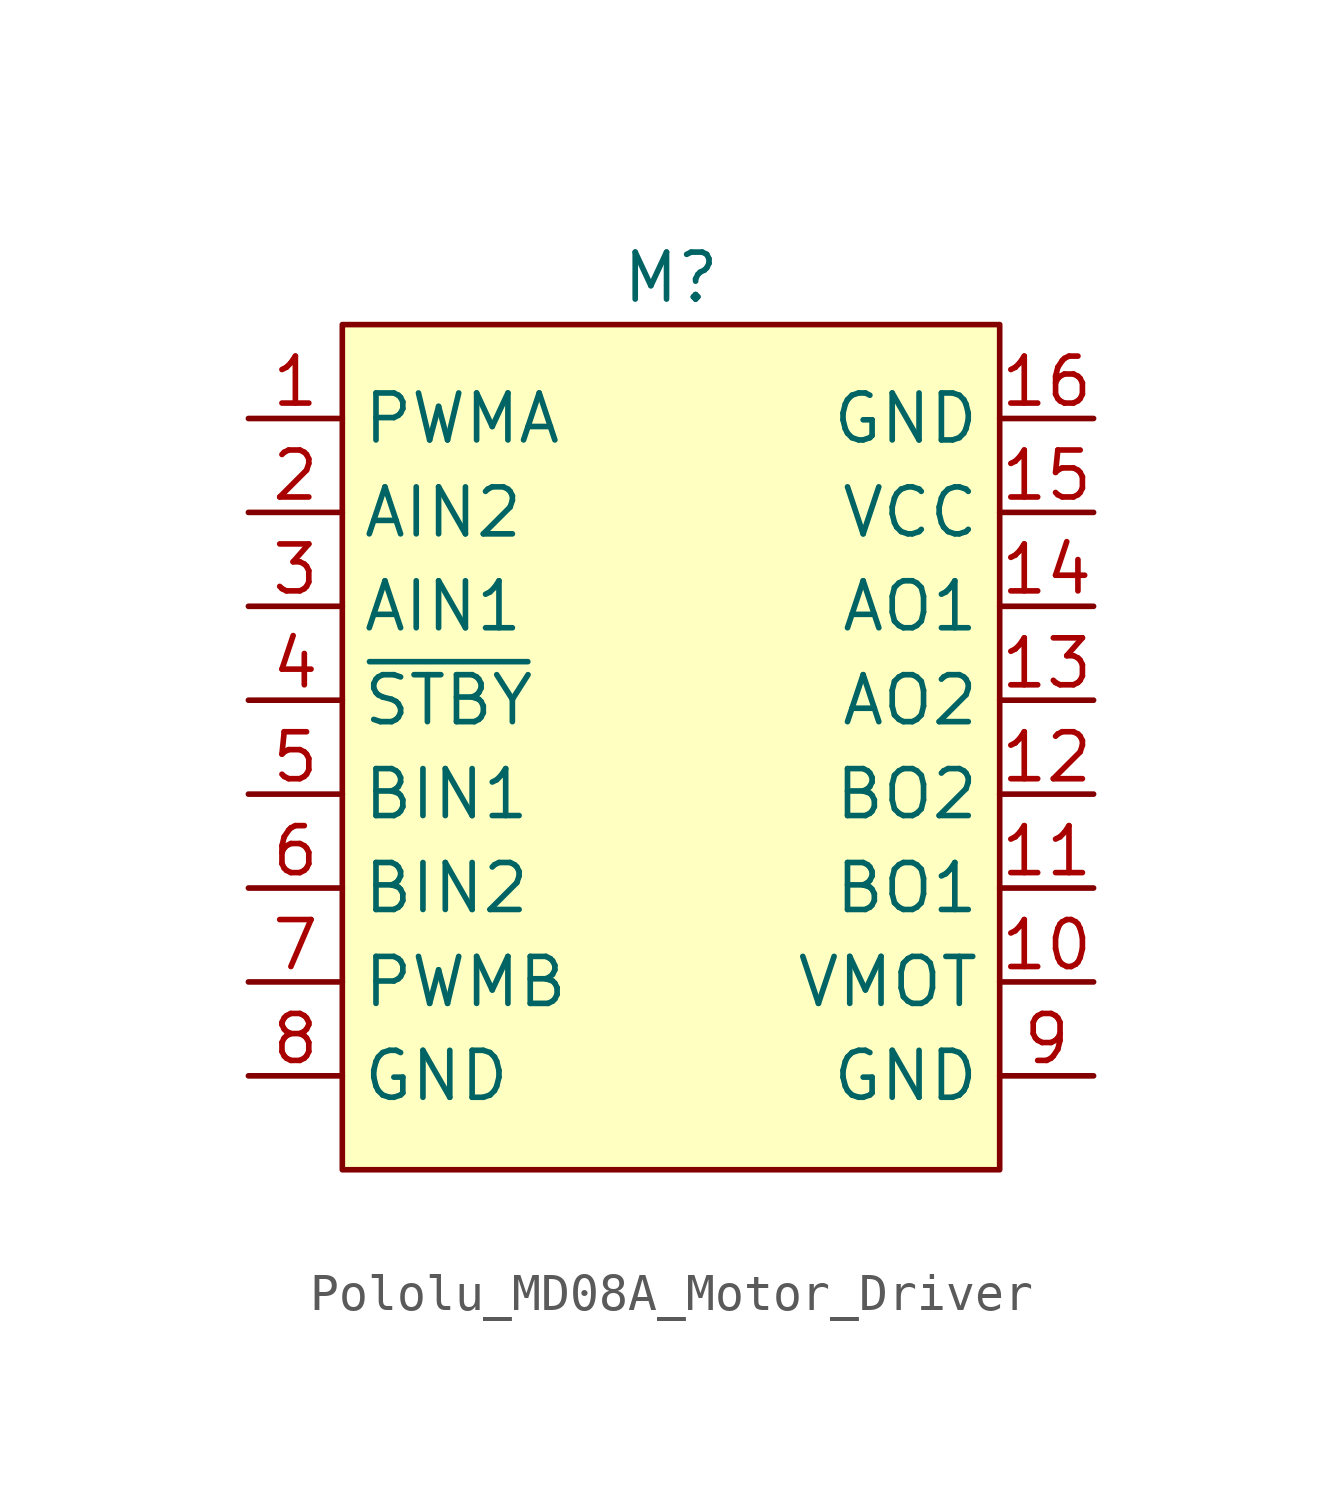
<source format=kicad_sym>
(kicad_symbol_lib
  (version 20231120)
  (generator "kicad_symbol_editor")
  (generator_version "8.0")
  (symbol "Pololu_MD08A_Motor_Driver"
    (property "Reference" "M"
      (at 0 3.81 0)
      (effects (font (size 1.27 1.27))))
    (property "Value" ""
      (at 0 0 0)
      (effects (font (size 1.27 1.27))))
    (symbol "Pololu_MD08A_Motor_Driver_1_1"
      (rectangle (start -8.89 2.54) (end 8.89 -20.32) (stroke (width 0) (type default)) (fill (type background)))
      (pin input line (at -11.43 0 0) (length 2.54) (name "PWMA" (effects (font (size 1.27 1.27)))) (number "1" (effects (font (size 1.27 1.27)))))
      (pin power_in line (at 11.43 -15.24 180) (length 2.54) (name "VMOT" (effects (font (size 1.27 1.27)))) (number "10" (effects (font (size 1.27 1.27)))))
      (pin output line (at 11.43 -12.7 180) (length 2.54) (name "BO1" (effects (font (size 1.27 1.27)))) (number "11" (effects (font (size 1.27 1.27)))))
      (pin output line (at 11.43 -10.16 180) (length 2.54) (name "BO2" (effects (font (size 1.27 1.27)))) (number "12" (effects (font (size 1.27 1.27)))))
      (pin output line (at 11.43 -7.62 180) (length 2.54) (name "AO2" (effects (font (size 1.27 1.27)))) (number "13" (effects (font (size 1.27 1.27)))))
      (pin output line (at 11.43 -5.08 180) (length 2.54) (name "AO1" (effects (font (size 1.27 1.27)))) (number "14" (effects (font (size 1.27 1.27)))))
      (pin power_in line (at 11.43 -2.54 180) (length 2.54) (name "VCC" (effects (font (size 1.27 1.27)))) (number "15" (effects (font (size 1.27 1.27)))))
      (pin power_in line (at 11.43 0 180) (length 2.54) (name "GND" (effects (font (size 1.27 1.27)))) (number "16" (effects (font (size 1.27 1.27)))))
      (pin input line (at -11.43 -2.54 0) (length 2.54) (name "AIN2" (effects (font (size 1.27 1.27)))) (number "2" (effects (font (size 1.27 1.27)))))
      (pin input line (at -11.43 -5.08 0) (length 2.54) (name "AIN1" (effects (font (size 1.27 1.27)))) (number "3" (effects (font (size 1.27 1.27)))))
      (pin input line (at -11.43 -7.62 0) (length 2.54) (name "~{STBY}" (effects (font (size 1.27 1.27)))) (number "4" (effects (font (size 1.27 1.27)))))
      (pin input line (at -11.43 -10.16 0) (length 2.54) (name "BIN1" (effects (font (size 1.27 1.27)))) (number "5" (effects (font (size 1.27 1.27)))))
      (pin input line (at -11.43 -12.7 0) (length 2.54) (name "BIN2" (effects (font (size 1.27 1.27)))) (number "6" (effects (font (size 1.27 1.27)))))
      (pin input line (at -11.43 -15.24 0) (length 2.54) (name "PWMB" (effects (font (size 1.27 1.27)))) (number "7" (effects (font (size 1.27 1.27)))))
      (pin power_in line (at -11.43 -17.78 0) (length 2.54) (name "GND" (effects (font (size 1.27 1.27)))) (number "8" (effects (font (size 1.27 1.27)))))
      (pin power_in line (at 11.43 -17.78 180) (length 2.54) (name "GND" (effects (font (size 1.27 1.27)))) (number "9" (effects (font (size 1.27 1.27))))))))
</source>
